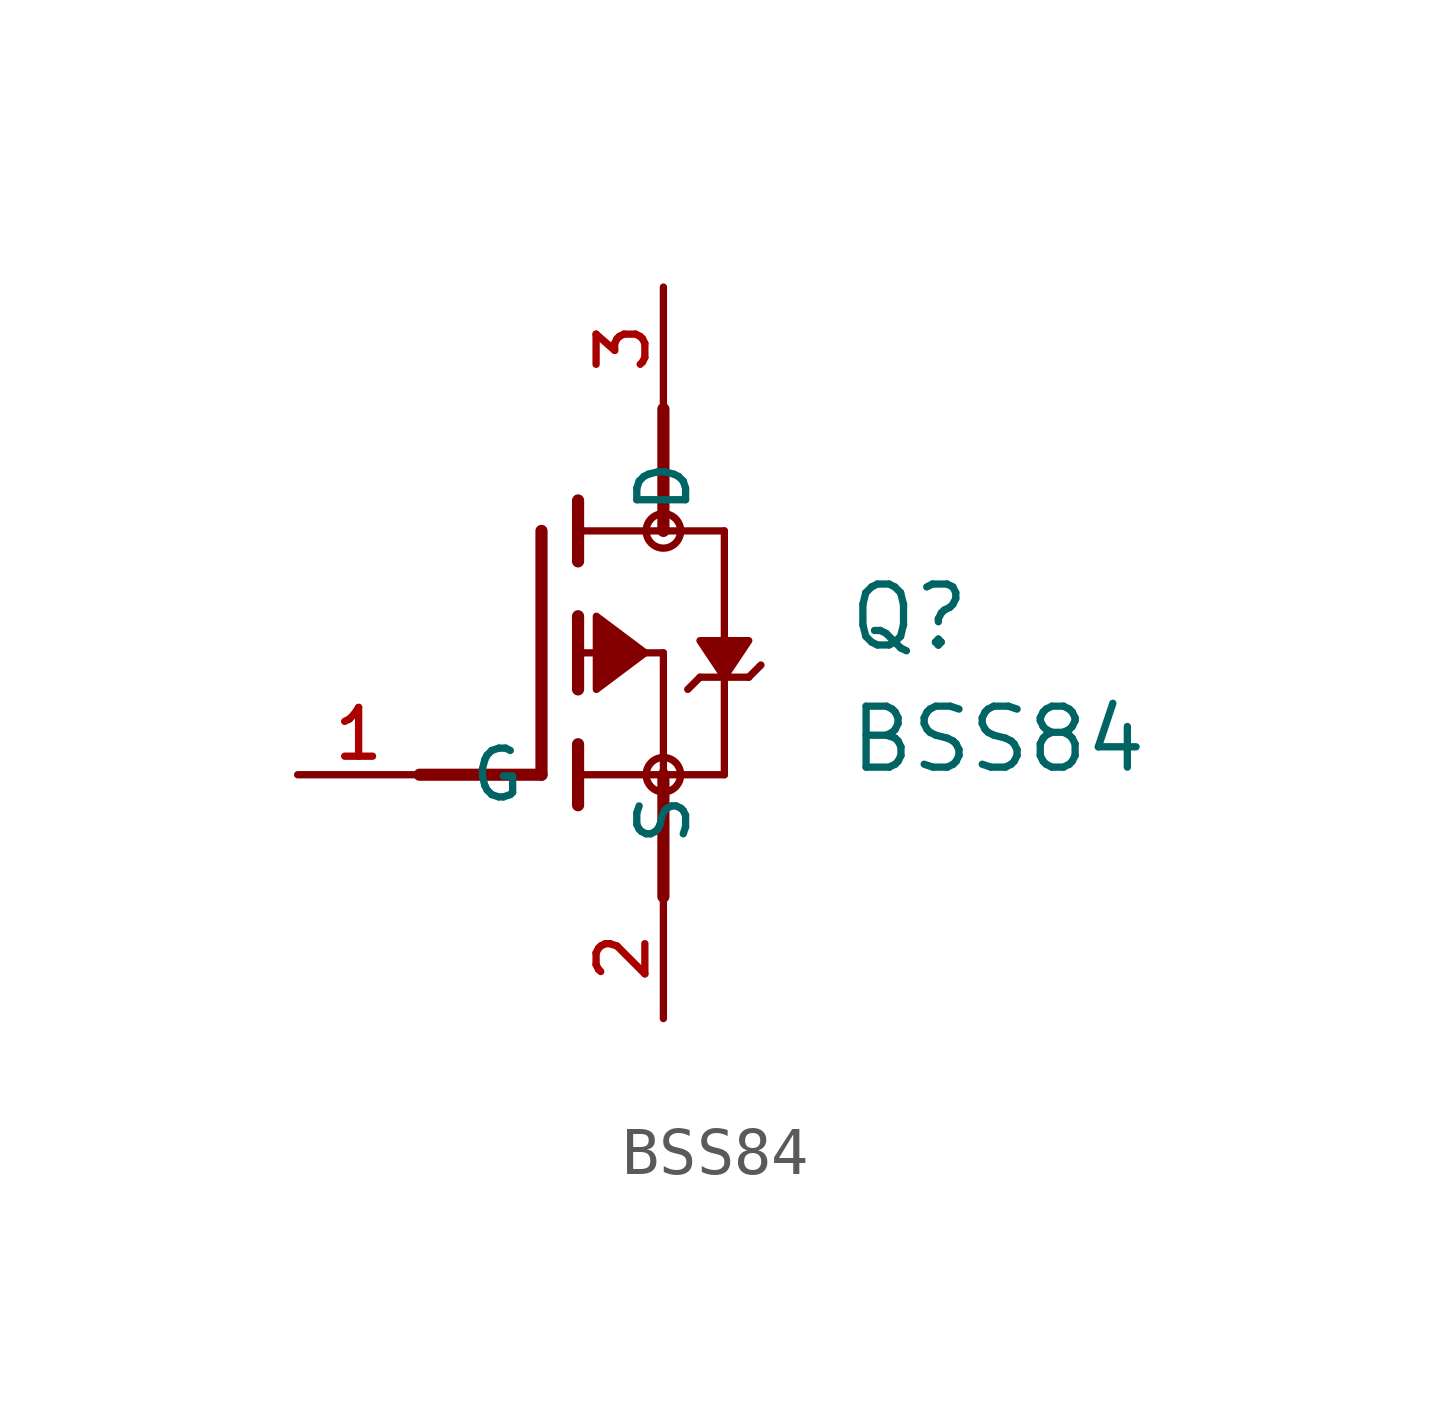
<source format=kicad_sym>
(kicad_symbol_lib
  (version 20211014)
  (generator kicad_symbol_editor)
  (symbol "BSS84"
    (pin_names
      (offset 1.016))
    (property "Reference" "Q"
      (at 6.354 0.0 0)
      (effects (font (size 1.27 1.27)) (justify bottom left)))
    (property "Value" "BSS84"
      (at 6.361 -2.545 0)
      (effects (font (size 1.27 1.27)) (justify bottom left)))
    (symbol "BSS84_0_0"
      (polyline (pts (xy 0.762 0.762) (xy 0.762 0.0)) (stroke (width 0.254)))
      (polyline (pts (xy 0.762 0.0) (xy 0.762 -0.762)) (stroke (width 0.254)))
      (polyline (pts (xy 0.762 3.175) (xy 0.762 2.54)) (stroke (width 0.254)))
      (polyline (pts (xy 0.762 2.54) (xy 0.762 1.905)) (stroke (width 0.254)))
      (polyline (pts (xy 0.762 0.0) (xy 2.54 0.0)) (stroke (width 0.152)))
      (polyline (pts (xy 2.54 0.0) (xy 2.54 -2.54)) (stroke (width 0.152)))
      (polyline (pts (xy 0.762 -1.905) (xy 0.762 -2.54)) (stroke (width 0.254)))
      (polyline (pts (xy 0.762 -2.54) (xy 0.762 -3.175)) (stroke (width 0.254)))
      (polyline (pts (xy 0.0 2.54) (xy 0.0 -2.54)) (stroke (width 0.254)))
      (polyline (pts (xy 2.54 -2.54) (xy 0.762 -2.54)) (stroke (width 0.152)))
      (polyline (pts (xy 3.81 2.54) (xy 3.81 -0.508)) (stroke (width 0.152)))
      (polyline (pts (xy 3.81 -0.508) (xy 3.81 -2.54)) (stroke (width 0.152)))
      (polyline (pts (xy 2.54 -2.54) (xy 3.81 -2.54)) (stroke (width 0.152)))
      (polyline (pts (xy 0.762 2.54) (xy 2.54 2.54)) (stroke (width 0.152)))
      (polyline (pts (xy 2.54 2.54) (xy 3.81 2.54)) (stroke (width 0.152)))
      (polyline (pts (xy 3.048 -0.762) (xy 3.302 -0.508)) (stroke (width 0.152)))
      (polyline (pts (xy 3.302 -0.508) (xy 3.81 -0.508)) (stroke (width 0.152)))
      (polyline (pts (xy 3.81 -0.508) (xy 4.318 -0.508)) (stroke (width 0.152)))
      (polyline (pts (xy 4.318 -0.508) (xy 4.572 -0.254)) (stroke (width 0.152)))
      (circle (center 2.54 -2.54) (radius 0.359) (stroke (width 0.0)) (fill (type none)))
      (circle (center 2.54 2.54) (radius 0.359) (stroke (width 0.0)) (fill (type none)))
      (polyline (pts (xy 3.81 -0.508) (xy 4.318 0.254) (xy 3.302 0.254) (xy 3.81 -0.508)) (stroke (width 0.152)) (fill (type outline)))
      (polyline (pts (xy 2.159 0.0) (xy 1.143 -0.762) (xy 1.143 0.762) (xy 2.159 0.0)) (stroke (width 0.152)) (fill (type outline)))
      (polyline (pts (xy -2.54 -2.54) (xy 0.0 -2.54)) (stroke (width 0.254)))
      (polyline (pts (xy 2.54 -5.08) (xy 2.54 -2.54)) (stroke (width 0.254)))
      (polyline (pts (xy 2.54 5.08) (xy 2.54 2.54)) (stroke (width 0.254)))
      (pin passive line (at 2.54 -7.62 90.0) (length 2.54) (name "S" (effects (font (size 1.016 1.016)))) (number "2" (effects (font (size 1.016 1.016)))))
      (pin passive line (at -5.08 -2.54 0) (length 2.54) (name "G" (effects (font (size 1.016 1.016)))) (number "1" (effects (font (size 1.016 1.016)))))
      (pin passive line (at 2.54 7.62 270.0) (length 2.54) (name "D" (effects (font (size 1.016 1.016)))) (number "3" (effects (font (size 1.016 1.016))))))))
</source>
